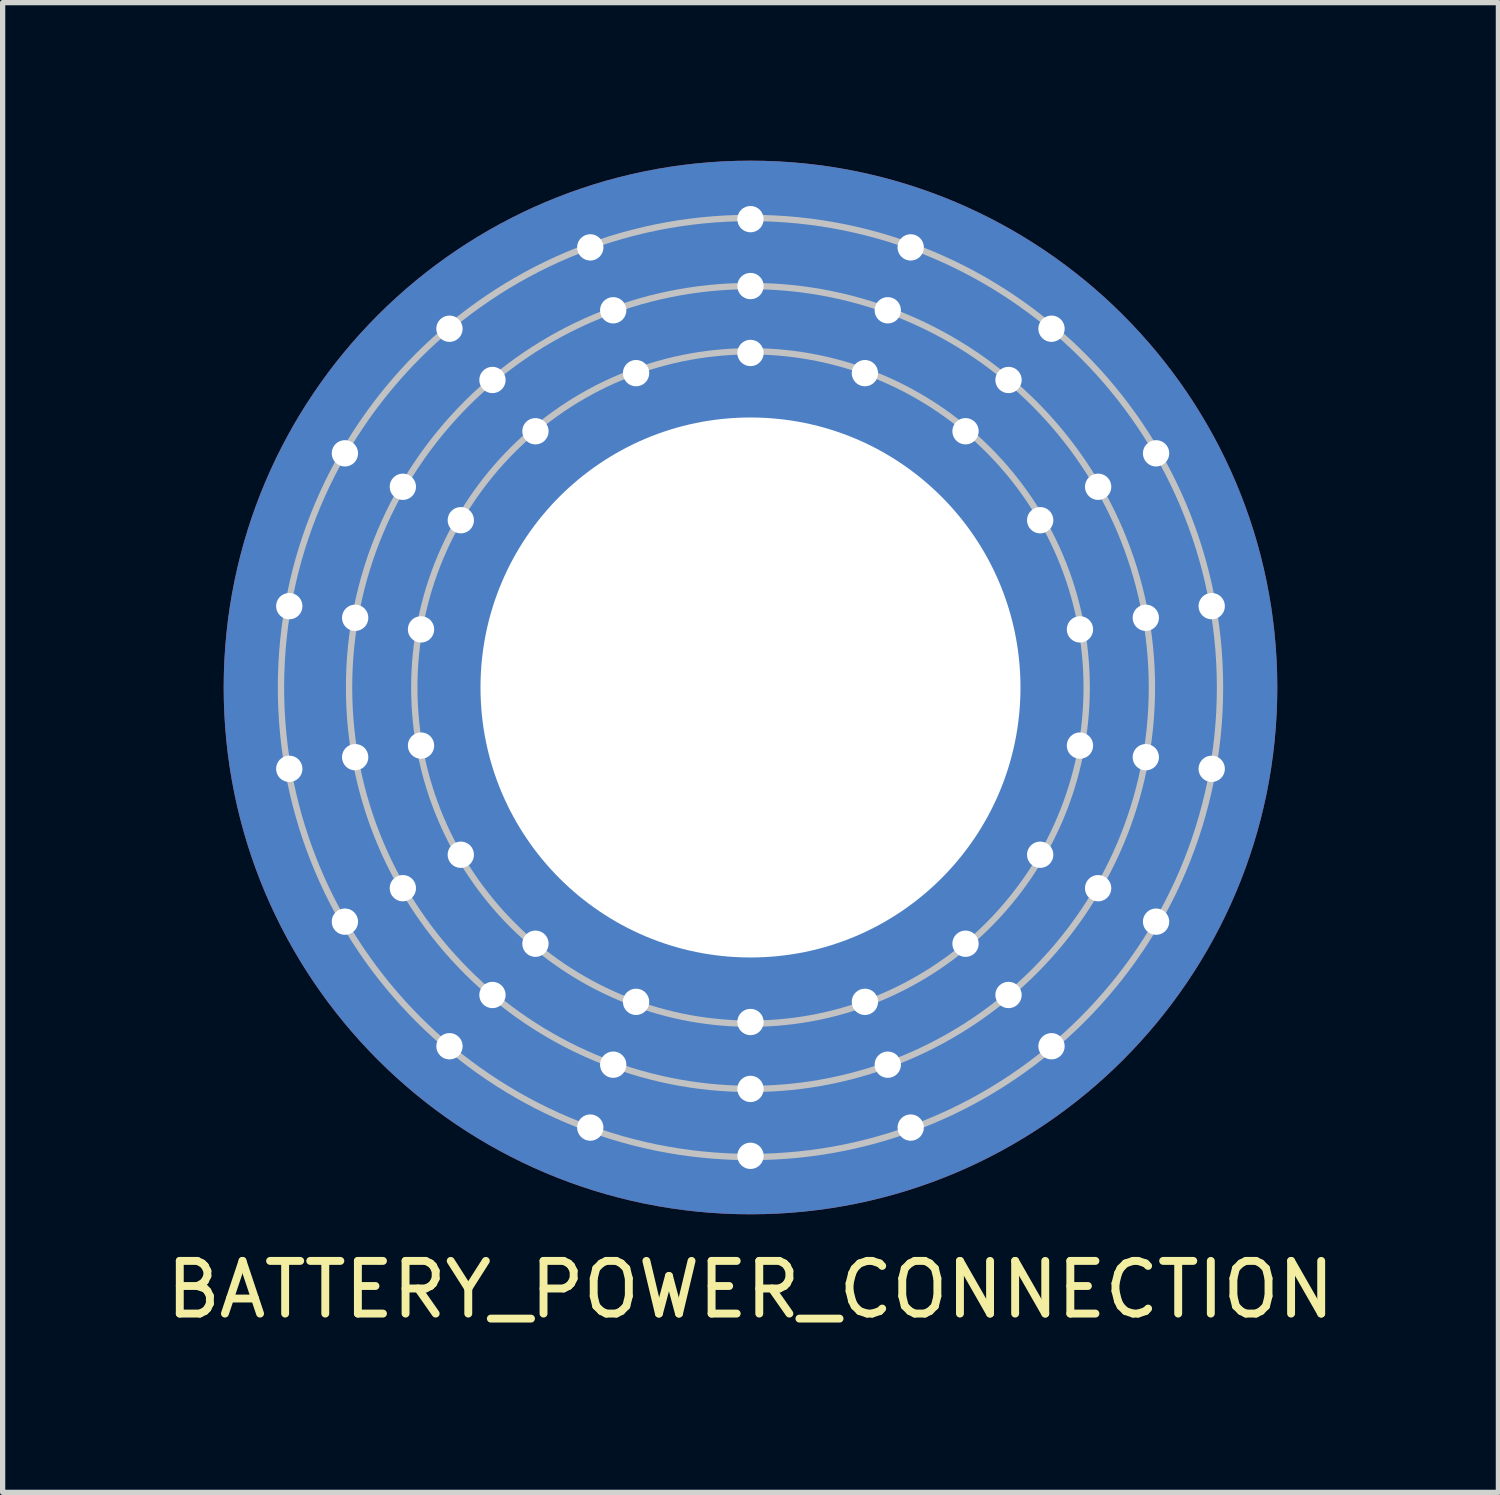
<source format=kicad_pcb>
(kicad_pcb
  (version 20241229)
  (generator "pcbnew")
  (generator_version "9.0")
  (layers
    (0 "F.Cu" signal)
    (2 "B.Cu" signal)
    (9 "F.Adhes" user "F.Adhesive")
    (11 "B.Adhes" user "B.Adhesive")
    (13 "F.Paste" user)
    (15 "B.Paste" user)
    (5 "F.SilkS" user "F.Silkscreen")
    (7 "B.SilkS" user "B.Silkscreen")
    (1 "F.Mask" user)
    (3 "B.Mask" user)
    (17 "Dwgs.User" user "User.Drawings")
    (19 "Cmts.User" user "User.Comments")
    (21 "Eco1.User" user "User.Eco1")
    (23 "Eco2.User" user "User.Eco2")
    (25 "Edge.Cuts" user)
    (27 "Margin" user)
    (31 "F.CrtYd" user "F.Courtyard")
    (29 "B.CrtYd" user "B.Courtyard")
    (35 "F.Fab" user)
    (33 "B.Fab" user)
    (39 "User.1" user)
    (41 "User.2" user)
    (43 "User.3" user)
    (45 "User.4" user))
  (footprint "BATTERY_POWER_CONNECTION"
    (layer "F.Cu")
    (at 11.196 10)
    (property "Reference" "BATTERY_POWER_CONNECTION" (at 0 11.43 0) (layer "F.SilkS") (effects (font (size 1 1) (thickness 0.15))))
    (attr through_hole)
    (fp_circle (center 0 0) (end 6.35 -0.635) (stroke (width 0.12) (type solid)) (fill no) (layer "Dwgs.User"))
    (fp_circle (center 0 0) (end 7.62 0) (stroke (width 0.12) (type solid)) (fill no) (layer "Dwgs.User"))
    (fp_circle (center 0 0) (end 8.89 0.635) (stroke (width 0.12) (type solid)) (fill no) (layer "Dwgs.User"))
    (pad "1" thru_hole circle (at 0 -8.89) (size 0.5 0.5) (drill 0.5) (layers "*.Cu" "*.Mask"))
    (pad "1" thru_hole circle (at 0 -7.62) (size 0.5 0.5) (drill 0.5) (layers "*.Cu" "*.Mask"))
    (pad "1" thru_hole circle (at 0 -6.35) (size 0.5 0.5) (drill 0.5) (layers "*.Cu" "*.Mask"))
    (pad "1" thru_hole circle (at 0 0) (size 20 20) (drill 10.25) (layers "*.Cu" "*.Mask"))
    (pad "2" thru_hole circle (at -3.041 -8.354) (size 0.5 0.5) (drill 0.5) (layers "*.Cu" "*.Mask"))
    (pad "2" thru_hole circle (at -2.606 -7.16) (size 0.5 0.5) (drill 0.5) (layers "*.Cu" "*.Mask"))
    (pad "2" thru_hole circle (at -2.172 -5.967) (size 0.5 0.5) (drill 0.5) (layers "*.Cu" "*.Mask"))
    (pad "3" thru_hole circle (at -5.714 -6.81) (size 0.5 0.5) (drill 0.5) (layers "*.Cu" "*.Mask"))
    (pad "3" thru_hole circle (at -4.898 -5.837) (size 0.5 0.5) (drill 0.5) (layers "*.Cu" "*.Mask"))
    (pad "3" thru_hole circle (at -4.082 -4.864) (size 0.5 0.5) (drill 0.5) (layers "*.Cu" "*.Mask"))
    (pad "4" thru_hole circle (at -7.699 -4.445) (size 0.5 0.5) (drill 0.5) (layers "*.Cu" "*.Mask"))
    (pad "4" thru_hole circle (at -6.599 -3.81) (size 0.5 0.5) (drill 0.5) (layers "*.Cu" "*.Mask"))
    (pad "4" thru_hole circle (at -5.499 -3.175) (size 0.5 0.5) (drill 0.5) (layers "*.Cu" "*.Mask"))
    (pad "5" thru_hole circle (at -8.755 -1.544) (size 0.5 0.5) (drill 0.5) (layers "*.Cu" "*.Mask"))
    (pad "5" thru_hole circle (at -7.504 -1.323) (size 0.5 0.5) (drill 0.5) (layers "*.Cu" "*.Mask"))
    (pad "5" thru_hole circle (at -6.254 -1.103) (size 0.5 0.5) (drill 0.5) (layers "*.Cu" "*.Mask"))
    (pad "6" thru_hole circle (at -8.755 1.544) (size 0.5 0.5) (drill 0.5) (layers "*.Cu" "*.Mask"))
    (pad "6" thru_hole circle (at -7.504 1.323) (size 0.5 0.5) (drill 0.5) (layers "*.Cu" "*.Mask"))
    (pad "6" thru_hole circle (at -6.254 1.103) (size 0.5 0.5) (drill 0.5) (layers "*.Cu" "*.Mask"))
    (pad "7" thru_hole circle (at -7.699 4.445) (size 0.5 0.5) (drill 0.5) (layers "*.Cu" "*.Mask"))
    (pad "7" thru_hole circle (at -6.599 3.81) (size 0.5 0.5) (drill 0.5) (layers "*.Cu" "*.Mask"))
    (pad "7" thru_hole circle (at -5.499 3.175) (size 0.5 0.5) (drill 0.5) (layers "*.Cu" "*.Mask"))
    (pad "8" thru_hole circle (at -5.714 6.81) (size 0.5 0.5) (drill 0.5) (layers "*.Cu" "*.Mask"))
    (pad "8" thru_hole circle (at -4.898 5.837) (size 0.5 0.5) (drill 0.5) (layers "*.Cu" "*.Mask"))
    (pad "8" thru_hole circle (at -4.082 4.864) (size 0.5 0.5) (drill 0.5) (layers "*.Cu" "*.Mask"))
    (pad "9" thru_hole circle (at -3.041 8.354) (size 0.5 0.5) (drill 0.5) (layers "*.Cu" "*.Mask"))
    (pad "9" thru_hole circle (at -2.606 7.16) (size 0.5 0.5) (drill 0.5) (layers "*.Cu" "*.Mask"))
    (pad "9" thru_hole circle (at -2.172 5.967) (size 0.5 0.5) (drill 0.5) (layers "*.Cu" "*.Mask"))
    (pad "10" thru_hole circle (at 0 6.35) (size 0.5 0.5) (drill 0.5) (layers "*.Cu" "*.Mask"))
    (pad "10" thru_hole circle (at 0 7.62) (size 0.5 0.5) (drill 0.5) (layers "*.Cu" "*.Mask"))
    (pad "10" thru_hole circle (at 0 8.89) (size 0.5 0.5) (drill 0.5) (layers "*.Cu" "*.Mask"))
    (pad "11" thru_hole circle (at 2.172 5.967) (size 0.5 0.5) (drill 0.5) (layers "*.Cu" "*.Mask"))
    (pad "11" thru_hole circle (at 2.606 7.16) (size 0.5 0.5) (drill 0.5) (layers "*.Cu" "*.Mask"))
    (pad "11" thru_hole circle (at 3.041 8.354) (size 0.5 0.5) (drill 0.5) (layers "*.Cu" "*.Mask"))
    (pad "12" thru_hole circle (at 4.082 4.864) (size 0.5 0.5) (drill 0.5) (layers "*.Cu" "*.Mask"))
    (pad "12" thru_hole circle (at 4.898 5.837) (size 0.5 0.5) (drill 0.5) (layers "*.Cu" "*.Mask"))
    (pad "12" thru_hole circle (at 5.714 6.81) (size 0.5 0.5) (drill 0.5) (layers "*.Cu" "*.Mask"))
    (pad "13" thru_hole circle (at 5.499 3.175) (size 0.5 0.5) (drill 0.5) (layers "*.Cu" "*.Mask"))
    (pad "13" thru_hole circle (at 6.599 3.81) (size 0.5 0.5) (drill 0.5) (layers "*.Cu" "*.Mask"))
    (pad "13" thru_hole circle (at 7.699 4.445) (size 0.5 0.5) (drill 0.5) (layers "*.Cu" "*.Mask"))
    (pad "14" thru_hole circle (at 6.254 1.103) (size 0.5 0.5) (drill 0.5) (layers "*.Cu" "*.Mask"))
    (pad "14" thru_hole circle (at 7.504 1.323) (size 0.5 0.5) (drill 0.5) (layers "*.Cu" "*.Mask"))
    (pad "14" thru_hole circle (at 8.755 1.544) (size 0.5 0.5) (drill 0.5) (layers "*.Cu" "*.Mask"))
    (pad "15" thru_hole circle (at 6.254 -1.103) (size 0.5 0.5) (drill 0.5) (layers "*.Cu" "*.Mask"))
    (pad "15" thru_hole circle (at 7.504 -1.323) (size 0.5 0.5) (drill 0.5) (layers "*.Cu" "*.Mask"))
    (pad "15" thru_hole circle (at 8.755 -1.544) (size 0.5 0.5) (drill 0.5) (layers "*.Cu" "*.Mask"))
    (pad "16" thru_hole circle (at 5.499 -3.175) (size 0.5 0.5) (drill 0.5) (layers "*.Cu" "*.Mask"))
    (pad "16" thru_hole circle (at 6.599 -3.81) (size 0.5 0.5) (drill 0.5) (layers "*.Cu" "*.Mask"))
    (pad "16" thru_hole circle (at 7.699 -4.445) (size 0.5 0.5) (drill 0.5) (layers "*.Cu" "*.Mask"))
    (pad "17" thru_hole circle (at 4.082 -4.864) (size 0.5 0.5) (drill 0.5) (layers "*.Cu" "*.Mask"))
    (pad "17" thru_hole circle (at 4.898 -5.837) (size 0.5 0.5) (drill 0.5) (layers "*.Cu" "*.Mask"))
    (pad "17" thru_hole circle (at 5.714 -6.81) (size 0.5 0.5) (drill 0.5) (layers "*.Cu" "*.Mask"))
    (pad "18" thru_hole circle (at 2.172 -5.967) (size 0.5 0.5) (drill 0.5) (layers "*.Cu" "*.Mask"))
    (pad "18" thru_hole circle (at 2.606 -7.16) (size 0.5 0.5) (drill 0.5) (layers "*.Cu" "*.Mask"))
    (pad "18" thru_hole circle (at 3.041 -8.354) (size 0.5 0.5) (drill 0.5) (layers "*.Cu" "*.Mask")))
  (gr_rect
    (start -3 -3)
    (end 25.393 25.278)
    (stroke (width 0.1) (type default))
    (fill no)
    (layer "Edge.Cuts")))
</source>
